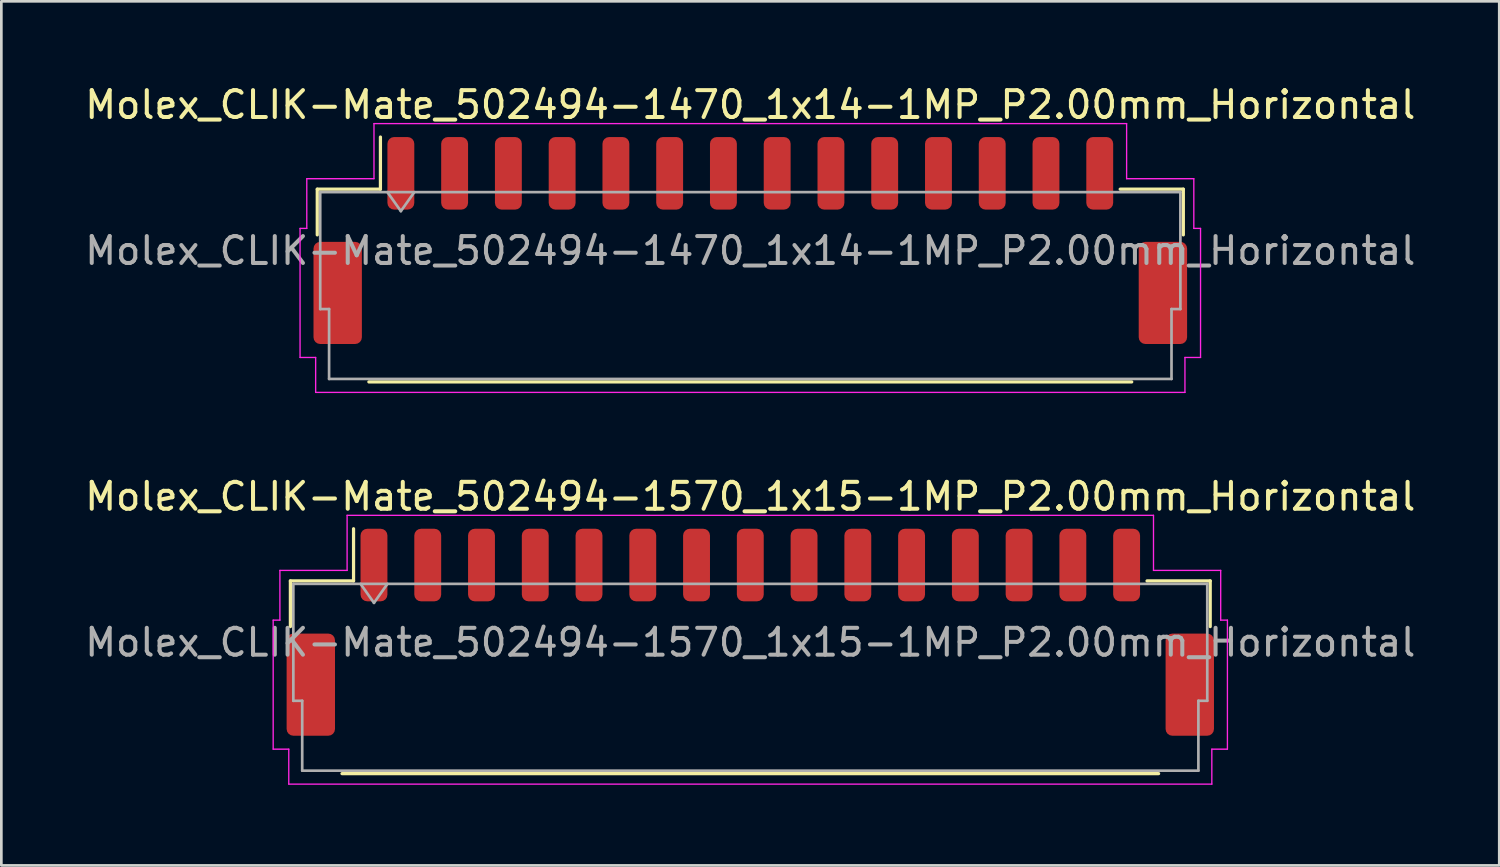
<source format=kicad_pcb>
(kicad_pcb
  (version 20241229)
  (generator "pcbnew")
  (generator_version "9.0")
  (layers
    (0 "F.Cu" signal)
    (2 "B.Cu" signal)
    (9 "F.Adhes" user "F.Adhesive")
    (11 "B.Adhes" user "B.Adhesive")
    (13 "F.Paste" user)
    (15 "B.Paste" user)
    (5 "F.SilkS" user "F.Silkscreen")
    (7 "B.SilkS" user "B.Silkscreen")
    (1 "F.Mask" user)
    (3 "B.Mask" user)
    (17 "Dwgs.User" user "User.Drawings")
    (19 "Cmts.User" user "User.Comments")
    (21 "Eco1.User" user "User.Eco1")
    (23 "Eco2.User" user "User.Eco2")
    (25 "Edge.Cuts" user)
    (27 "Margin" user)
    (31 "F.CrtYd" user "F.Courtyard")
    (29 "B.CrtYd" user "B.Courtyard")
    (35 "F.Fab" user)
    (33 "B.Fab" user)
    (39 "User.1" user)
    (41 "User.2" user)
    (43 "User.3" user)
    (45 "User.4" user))
  (footprint "Molex_CLIK-Mate_502494-1570_1x15-1MP_P2.00mm_Horizontal"
    (layer "F.Cu")
    (at 24.863 20.471)
    (property "Reference" "Molex_CLIK-Mate_502494-1570_1x15-1MP_P2.00mm_Horizontal" (at 0 -5.05 0) (layer "F.SilkS") (effects (font (size 1 1) (thickness 0.15))))
    (attr smd)
    (fp_line (start -17.11 -1.91) (end -14.76 -1.91) (stroke (width 0.12) (type solid)) (layer "F.SilkS"))
    (fp_line (start -17.11 -0.21) (end -17.11 -1.91) (stroke (width 0.12) (type solid)) (layer "F.SilkS"))
    (fp_line (start -15.19 5.26) (end 15.19 5.26) (stroke (width 0.12) (type solid)) (layer "F.SilkS"))
    (fp_line (start -14.76 -1.91) (end -14.76 -3.85) (stroke (width 0.12) (type solid)) (layer "F.SilkS"))
    (fp_line (start 17.11 -1.91) (end 14.76 -1.91) (stroke (width 0.12) (type solid)) (layer "F.SilkS"))
    (fp_line (start 17.11 -0.21) (end 17.11 -1.91) (stroke (width 0.12) (type solid)) (layer "F.SilkS"))
    (fp_line (start -17.75 -0.45) (end -17.5 -0.45) (stroke (width 0.05) (type solid)) (layer "F.CrtYd"))
    (fp_line (start -17.75 4.35) (end -17.75 -0.45) (stroke (width 0.05) (type solid)) (layer "F.CrtYd"))
    (fp_line (start -17.5 -2.3) (end -15 -2.3) (stroke (width 0.05) (type solid)) (layer "F.CrtYd"))
    (fp_line (start -17.5 -0.45) (end -17.5 -2.3) (stroke (width 0.05) (type solid)) (layer "F.CrtYd"))
    (fp_line (start -17.17 4.35) (end -17.75 4.35) (stroke (width 0.05) (type solid)) (layer "F.CrtYd"))
    (fp_line (start -17.17 5.65) (end -17.17 4.35) (stroke (width 0.05) (type solid)) (layer "F.CrtYd"))
    (fp_line (start -15 -4.35) (end 15 -4.35) (stroke (width 0.05) (type solid)) (layer "F.CrtYd"))
    (fp_line (start -15 -2.3) (end -15 -4.35) (stroke (width 0.05) (type solid)) (layer "F.CrtYd"))
    (fp_line (start 15 -4.35) (end 15 -2.3) (stroke (width 0.05) (type solid)) (layer "F.CrtYd"))
    (fp_line (start 15 -2.3) (end 17.5 -2.3) (stroke (width 0.05) (type solid)) (layer "F.CrtYd"))
    (fp_line (start 17.17 4.35) (end 17.17 5.65) (stroke (width 0.05) (type solid)) (layer "F.CrtYd"))
    (fp_line (start 17.17 5.65) (end -17.17 5.65) (stroke (width 0.05) (type solid)) (layer "F.CrtYd"))
    (fp_line (start 17.5 -2.3) (end 17.5 -0.45) (stroke (width 0.05) (type solid)) (layer "F.CrtYd"))
    (fp_line (start 17.5 -0.45) (end 17.75 -0.45) (stroke (width 0.05) (type solid)) (layer "F.CrtYd"))
    (fp_line (start 17.75 -0.45) (end 17.75 4.35) (stroke (width 0.05) (type solid)) (layer "F.CrtYd"))
    (fp_line (start 17.75 4.35) (end 17.17 4.35) (stroke (width 0.05) (type solid)) (layer "F.CrtYd"))
    (fp_line (start -17 -1.8) (end -17 2.55) (stroke (width 0.1) (type solid)) (layer "F.Fab"))
    (fp_line (start -17 -1.8) (end 17 -1.8) (stroke (width 0.1) (type solid)) (layer "F.Fab"))
    (fp_line (start -17 2.55) (end -16.67 2.55) (stroke (width 0.1) (type solid)) (layer "F.Fab"))
    (fp_line (start -16.67 2.55) (end -16.67 5.15) (stroke (width 0.1) (type solid)) (layer "F.Fab"))
    (fp_line (start -16.67 5.15) (end 16.67 5.15) (stroke (width 0.1) (type solid)) (layer "F.Fab"))
    (fp_line (start -14.5 -1.8) (end -14 -1.093) (stroke (width 0.1) (type solid)) (layer "F.Fab"))
    (fp_line (start -14 -1.093) (end -13.5 -1.8) (stroke (width 0.1) (type solid)) (layer "F.Fab"))
    (fp_line (start 16.67 2.55) (end 17 2.55) (stroke (width 0.1) (type solid)) (layer "F.Fab"))
    (fp_line (start 16.67 5.15) (end 16.67 2.55) (stroke (width 0.1) (type solid)) (layer "F.Fab"))
    (fp_line (start 17 -1.8) (end 17 2.55) (stroke (width 0.1) (type solid)) (layer "F.Fab"))
    (fp_text user "${REFERENCE}" (at 0 0.38 0) (layer "F.Fab") (effects (font (size 1 1) (thickness 0.15))))
    (pad "1" smd roundrect (at -14 -2.5) (size 1 2.7) (layers "F.Cu" "F.Mask" "F.Paste") (roundrect_rratio 0.25))
    (pad "2" smd roundrect (at -12 -2.5) (size 1 2.7) (layers "F.Cu" "F.Mask" "F.Paste") (roundrect_rratio 0.25))
    (pad "3" smd roundrect (at -10 -2.5) (size 1 2.7) (layers "F.Cu" "F.Mask" "F.Paste") (roundrect_rratio 0.25))
    (pad "4" smd roundrect (at -8 -2.5) (size 1 2.7) (layers "F.Cu" "F.Mask" "F.Paste") (roundrect_rratio 0.25))
    (pad "5" smd roundrect (at -6 -2.5) (size 1 2.7) (layers "F.Cu" "F.Mask" "F.Paste") (roundrect_rratio 0.25))
    (pad "6" smd roundrect (at -4 -2.5) (size 1 2.7) (layers "F.Cu" "F.Mask" "F.Paste") (roundrect_rratio 0.25))
    (pad "7" smd roundrect (at -2 -2.5) (size 1 2.7) (layers "F.Cu" "F.Mask" "F.Paste") (roundrect_rratio 0.25))
    (pad "8" smd roundrect (at 0 -2.5) (size 1 2.7) (layers "F.Cu" "F.Mask" "F.Paste") (roundrect_rratio 0.25))
    (pad "9" smd roundrect (at 2 -2.5) (size 1 2.7) (layers "F.Cu" "F.Mask" "F.Paste") (roundrect_rratio 0.25))
    (pad "10" smd roundrect (at 4 -2.5) (size 1 2.7) (layers "F.Cu" "F.Mask" "F.Paste") (roundrect_rratio 0.25))
    (pad "11" smd roundrect (at 6 -2.5) (size 1 2.7) (layers "F.Cu" "F.Mask" "F.Paste") (roundrect_rratio 0.25))
    (pad "12" smd roundrect (at 8 -2.5) (size 1 2.7) (layers "F.Cu" "F.Mask" "F.Paste") (roundrect_rratio 0.25))
    (pad "13" smd roundrect (at 10 -2.5) (size 1 2.7) (layers "F.Cu" "F.Mask" "F.Paste") (roundrect_rratio 0.25))
    (pad "14" smd roundrect (at 12 -2.5) (size 1 2.7) (layers "F.Cu" "F.Mask" "F.Paste") (roundrect_rratio 0.25))
    (pad "15" smd roundrect (at 14 -2.5) (size 1 2.7) (layers "F.Cu" "F.Mask" "F.Paste") (roundrect_rratio 0.25))
    (pad "MP" smd roundrect (at -16.35 1.95) (size 1.8 3.8) (layers "F.Cu" "F.Mask" "F.Paste") (roundrect_rratio 0.139))
    (pad "MP" smd roundrect (at 16.35 1.95) (size 1.8 3.8) (layers "F.Cu" "F.Mask" "F.Paste") (roundrect_rratio 0.139)))
  (footprint "Molex_CLIK-Mate_502494-1470_1x14-1MP_P2.00mm_Horizontal"
    (layer "F.Cu")
    (at 24.863 5.898)
    (property "Reference" "Molex_CLIK-Mate_502494-1470_1x14-1MP_P2.00mm_Horizontal" (at 0 -5.05 0) (layer "F.SilkS") (effects (font (size 1 1) (thickness 0.15))))
    (attr smd)
    (fp_line (start -16.11 -1.91) (end -13.76 -1.91) (stroke (width 0.12) (type solid)) (layer "F.SilkS"))
    (fp_line (start -16.11 -0.21) (end -16.11 -1.91) (stroke (width 0.12) (type solid)) (layer "F.SilkS"))
    (fp_line (start -14.19 5.26) (end 14.19 5.26) (stroke (width 0.12) (type solid)) (layer "F.SilkS"))
    (fp_line (start -13.76 -1.91) (end -13.76 -3.85) (stroke (width 0.12) (type solid)) (layer "F.SilkS"))
    (fp_line (start 16.11 -1.91) (end 13.76 -1.91) (stroke (width 0.12) (type solid)) (layer "F.SilkS"))
    (fp_line (start 16.11 -0.21) (end 16.11 -1.91) (stroke (width 0.12) (type solid)) (layer "F.SilkS"))
    (fp_line (start -16.75 -0.45) (end -16.5 -0.45) (stroke (width 0.05) (type solid)) (layer "F.CrtYd"))
    (fp_line (start -16.75 4.35) (end -16.75 -0.45) (stroke (width 0.05) (type solid)) (layer "F.CrtYd"))
    (fp_line (start -16.5 -2.3) (end -14 -2.3) (stroke (width 0.05) (type solid)) (layer "F.CrtYd"))
    (fp_line (start -16.5 -0.45) (end -16.5 -2.3) (stroke (width 0.05) (type solid)) (layer "F.CrtYd"))
    (fp_line (start -16.17 4.35) (end -16.75 4.35) (stroke (width 0.05) (type solid)) (layer "F.CrtYd"))
    (fp_line (start -16.17 5.65) (end -16.17 4.35) (stroke (width 0.05) (type solid)) (layer "F.CrtYd"))
    (fp_line (start -14 -4.35) (end 14 -4.35) (stroke (width 0.05) (type solid)) (layer "F.CrtYd"))
    (fp_line (start -14 -2.3) (end -14 -4.35) (stroke (width 0.05) (type solid)) (layer "F.CrtYd"))
    (fp_line (start 14 -4.35) (end 14 -2.3) (stroke (width 0.05) (type solid)) (layer "F.CrtYd"))
    (fp_line (start 14 -2.3) (end 16.5 -2.3) (stroke (width 0.05) (type solid)) (layer "F.CrtYd"))
    (fp_line (start 16.17 4.35) (end 16.17 5.65) (stroke (width 0.05) (type solid)) (layer "F.CrtYd"))
    (fp_line (start 16.17 5.65) (end -16.17 5.65) (stroke (width 0.05) (type solid)) (layer "F.CrtYd"))
    (fp_line (start 16.5 -2.3) (end 16.5 -0.45) (stroke (width 0.05) (type solid)) (layer "F.CrtYd"))
    (fp_line (start 16.5 -0.45) (end 16.75 -0.45) (stroke (width 0.05) (type solid)) (layer "F.CrtYd"))
    (fp_line (start 16.75 -0.45) (end 16.75 4.35) (stroke (width 0.05) (type solid)) (layer "F.CrtYd"))
    (fp_line (start 16.75 4.35) (end 16.17 4.35) (stroke (width 0.05) (type solid)) (layer "F.CrtYd"))
    (fp_line (start -16 -1.8) (end -16 2.55) (stroke (width 0.1) (type solid)) (layer "F.Fab"))
    (fp_line (start -16 -1.8) (end 16 -1.8) (stroke (width 0.1) (type solid)) (layer "F.Fab"))
    (fp_line (start -16 2.55) (end -15.67 2.55) (stroke (width 0.1) (type solid)) (layer "F.Fab"))
    (fp_line (start -15.67 2.55) (end -15.67 5.15) (stroke (width 0.1) (type solid)) (layer "F.Fab"))
    (fp_line (start -15.67 5.15) (end 15.67 5.15) (stroke (width 0.1) (type solid)) (layer "F.Fab"))
    (fp_line (start -13.5 -1.8) (end -13 -1.093) (stroke (width 0.1) (type solid)) (layer "F.Fab"))
    (fp_line (start -13 -1.093) (end -12.5 -1.8) (stroke (width 0.1) (type solid)) (layer "F.Fab"))
    (fp_line (start 15.67 2.55) (end 16 2.55) (stroke (width 0.1) (type solid)) (layer "F.Fab"))
    (fp_line (start 15.67 5.15) (end 15.67 2.55) (stroke (width 0.1) (type solid)) (layer "F.Fab"))
    (fp_line (start 16 -1.8) (end 16 2.55) (stroke (width 0.1) (type solid)) (layer "F.Fab"))
    (fp_text user "${REFERENCE}" (at 0 0.38 0) (layer "F.Fab") (effects (font (size 1 1) (thickness 0.15))))
    (pad "1" smd roundrect (at -13 -2.5) (size 1 2.7) (layers "F.Cu" "F.Mask" "F.Paste") (roundrect_rratio 0.25))
    (pad "2" smd roundrect (at -11 -2.5) (size 1 2.7) (layers "F.Cu" "F.Mask" "F.Paste") (roundrect_rratio 0.25))
    (pad "3" smd roundrect (at -9 -2.5) (size 1 2.7) (layers "F.Cu" "F.Mask" "F.Paste") (roundrect_rratio 0.25))
    (pad "4" smd roundrect (at -7 -2.5) (size 1 2.7) (layers "F.Cu" "F.Mask" "F.Paste") (roundrect_rratio 0.25))
    (pad "5" smd roundrect (at -5 -2.5) (size 1 2.7) (layers "F.Cu" "F.Mask" "F.Paste") (roundrect_rratio 0.25))
    (pad "6" smd roundrect (at -3 -2.5) (size 1 2.7) (layers "F.Cu" "F.Mask" "F.Paste") (roundrect_rratio 0.25))
    (pad "7" smd roundrect (at -1 -2.5) (size 1 2.7) (layers "F.Cu" "F.Mask" "F.Paste") (roundrect_rratio 0.25))
    (pad "8" smd roundrect (at 1 -2.5) (size 1 2.7) (layers "F.Cu" "F.Mask" "F.Paste") (roundrect_rratio 0.25))
    (pad "9" smd roundrect (at 3 -2.5) (size 1 2.7) (layers "F.Cu" "F.Mask" "F.Paste") (roundrect_rratio 0.25))
    (pad "10" smd roundrect (at 5 -2.5) (size 1 2.7) (layers "F.Cu" "F.Mask" "F.Paste") (roundrect_rratio 0.25))
    (pad "11" smd roundrect (at 7 -2.5) (size 1 2.7) (layers "F.Cu" "F.Mask" "F.Paste") (roundrect_rratio 0.25))
    (pad "12" smd roundrect (at 9 -2.5) (size 1 2.7) (layers "F.Cu" "F.Mask" "F.Paste") (roundrect_rratio 0.25))
    (pad "13" smd roundrect (at 11 -2.5) (size 1 2.7) (layers "F.Cu" "F.Mask" "F.Paste") (roundrect_rratio 0.25))
    (pad "14" smd roundrect (at 13 -2.5) (size 1 2.7) (layers "F.Cu" "F.Mask" "F.Paste") (roundrect_rratio 0.25))
    (pad "MP" smd roundrect (at -15.35 1.95) (size 1.8 3.8) (layers "F.Cu" "F.Mask" "F.Paste") (roundrect_rratio 0.139))
    (pad "MP" smd roundrect (at 15.35 1.95) (size 1.8 3.8) (layers "F.Cu" "F.Mask" "F.Paste") (roundrect_rratio 0.139)))
  (gr_rect
    (start -3 -3)
    (end 52.726 29.146)
    (stroke (width 0.1) (type default))
    (fill no)
    (layer "Edge.Cuts")))
</source>
